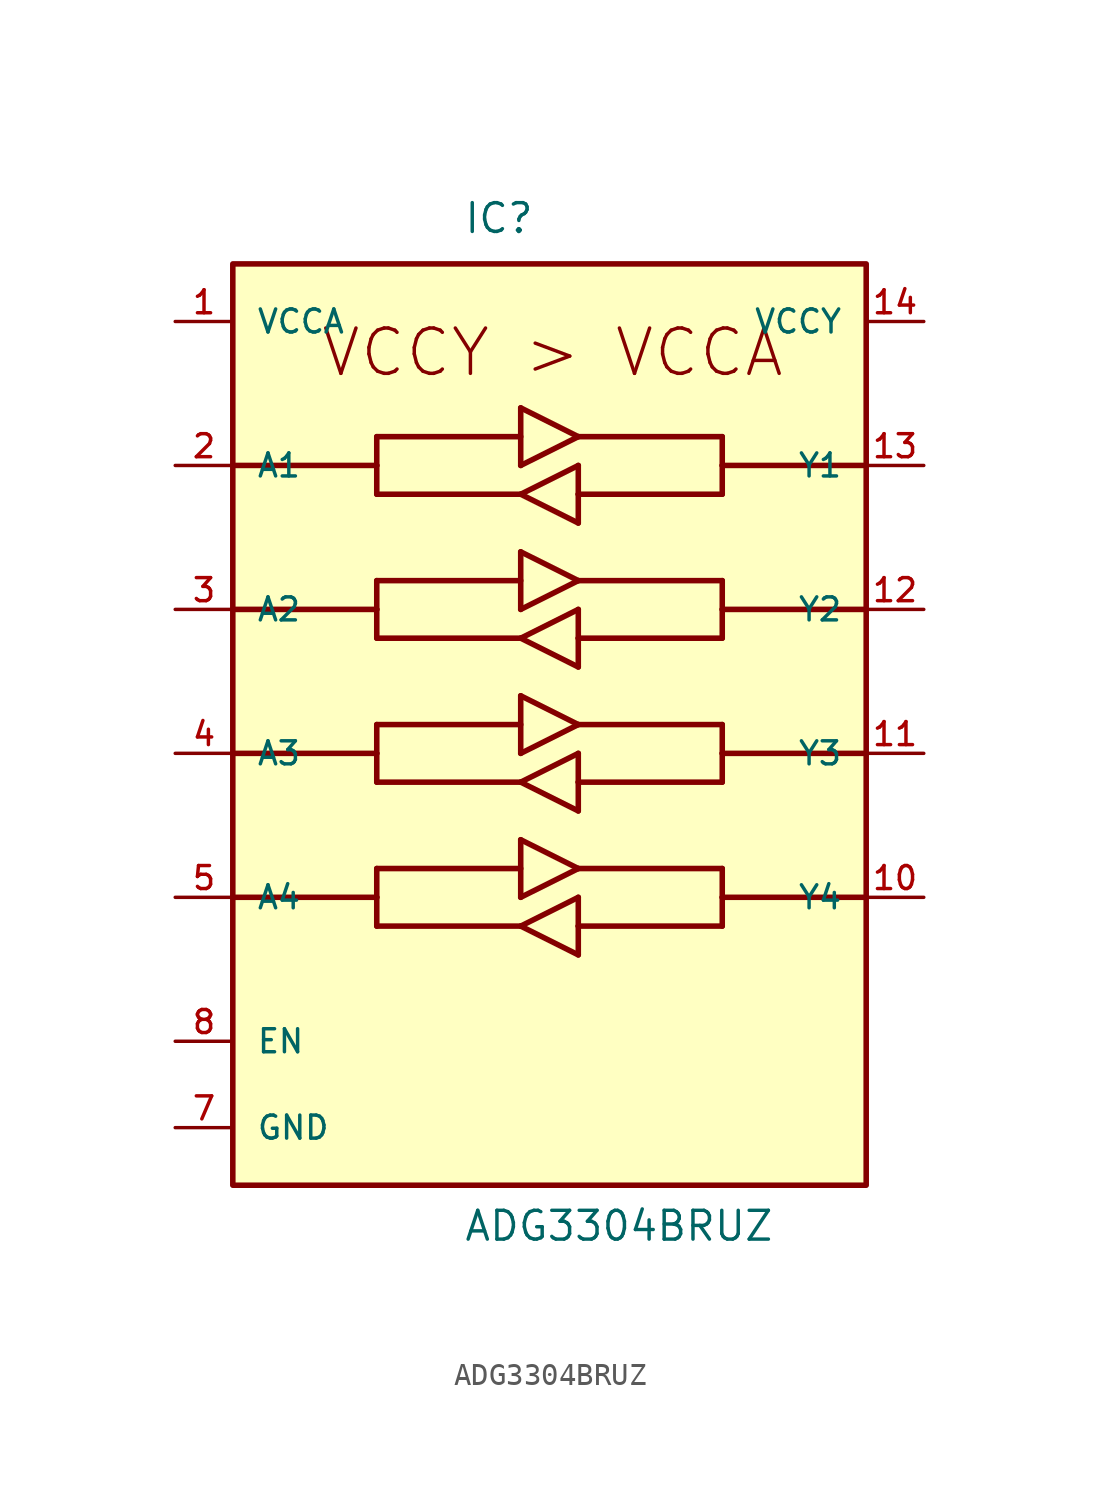
<source format=kicad_sym>
(kicad_symbol_lib
  (version 20211014)
  (generator kicad_symbol_editor)
  (symbol "ADG3304BRUZ"
    (pin_names
      (offset 1.016))
    (property "Reference" "IC"
      (at -3.81 31.75 0)
      (effects (font (size 1.27 1.27)) (justify bottom left)))
    (property "Value" "ADG3304BRUZ"
      (at -3.81 -12.7 0)
      (effects (font (size 1.27 1.27)) (justify bottom left)))
    (symbol "ADG3304BRUZ_0_0"
      (polyline (pts (xy -13.97 21.59) (xy -7.62 21.59)) (stroke (width 0.245)))
      (polyline (pts (xy -7.62 21.59) (xy -7.62 22.86)) (stroke (width 0.245)))
      (polyline (pts (xy -7.62 20.32) (xy -7.62 21.59)) (stroke (width 0.245)))
      (polyline (pts (xy -7.62 22.86) (xy -1.27 22.86)) (stroke (width 0.245)))
      (polyline (pts (xy -7.62 20.32) (xy -1.27 20.32)) (stroke (width 0.245)))
      (polyline (pts (xy -1.27 24.13) (xy -1.27 21.59)) (stroke (width 0.245)))
      (polyline (pts (xy -1.27 21.59) (xy 1.27 22.86)) (stroke (width 0.245)))
      (polyline (pts (xy 1.27 22.86) (xy -1.27 24.13)) (stroke (width 0.245)))
      (polyline (pts (xy -1.27 20.32) (xy 1.27 21.59)) (stroke (width 0.245)))
      (polyline (pts (xy 1.27 21.59) (xy 1.27 20.32)) (stroke (width 0.245)))
      (polyline (pts (xy 1.27 20.32) (xy 1.27 19.05)) (stroke (width 0.245)))
      (polyline (pts (xy 1.27 19.05) (xy -1.27 20.32)) (stroke (width 0.245)))
      (polyline (pts (xy 1.27 20.32) (xy 7.62 20.32)) (stroke (width 0.245)))
      (polyline (pts (xy 7.62 20.32) (xy 7.62 21.59)) (stroke (width 0.245)))
      (polyline (pts (xy 7.62 21.59) (xy 7.62 22.86)) (stroke (width 0.245)))
      (polyline (pts (xy 7.62 22.86) (xy 1.27 22.86)) (stroke (width 0.245)))
      (polyline (pts (xy 7.62 21.59) (xy 13.97 21.59)) (stroke (width 0.245)))
      (polyline (pts (xy -13.97 15.24) (xy -7.62 15.24)) (stroke (width 0.245)))
      (polyline (pts (xy -7.62 15.24) (xy -7.62 16.51)) (stroke (width 0.245)))
      (polyline (pts (xy -7.62 13.97) (xy -7.62 15.24)) (stroke (width 0.245)))
      (polyline (pts (xy -7.62 16.51) (xy -1.27 16.51)) (stroke (width 0.245)))
      (polyline (pts (xy -7.62 13.97) (xy -1.27 13.97)) (stroke (width 0.245)))
      (polyline (pts (xy -1.27 17.78) (xy -1.27 15.24)) (stroke (width 0.245)))
      (polyline (pts (xy -1.27 15.24) (xy 1.27 16.51)) (stroke (width 0.245)))
      (polyline (pts (xy 1.27 16.51) (xy -1.27 17.78)) (stroke (width 0.245)))
      (polyline (pts (xy -1.27 13.97) (xy 1.27 15.24)) (stroke (width 0.245)))
      (polyline (pts (xy 1.27 15.24) (xy 1.27 13.97)) (stroke (width 0.245)))
      (polyline (pts (xy 1.27 13.97) (xy 1.27 12.7)) (stroke (width 0.245)))
      (polyline (pts (xy 1.27 12.7) (xy -1.27 13.97)) (stroke (width 0.245)))
      (polyline (pts (xy 1.27 13.97) (xy 7.62 13.97)) (stroke (width 0.245)))
      (polyline (pts (xy 7.62 13.97) (xy 7.62 15.24)) (stroke (width 0.245)))
      (polyline (pts (xy 7.62 15.24) (xy 7.62 16.51)) (stroke (width 0.245)))
      (polyline (pts (xy 7.62 16.51) (xy 1.27 16.51)) (stroke (width 0.245)))
      (polyline (pts (xy 7.62 15.24) (xy 13.97 15.24)) (stroke (width 0.245)))
      (polyline (pts (xy -13.97 8.89) (xy -7.62 8.89)) (stroke (width 0.245)))
      (polyline (pts (xy -7.62 8.89) (xy -7.62 10.16)) (stroke (width 0.245)))
      (polyline (pts (xy -7.62 7.62) (xy -7.62 8.89)) (stroke (width 0.245)))
      (polyline (pts (xy -7.62 10.16) (xy -1.27 10.16)) (stroke (width 0.245)))
      (polyline (pts (xy -7.62 7.62) (xy -1.27 7.62)) (stroke (width 0.245)))
      (polyline (pts (xy -1.27 11.43) (xy -1.27 8.89)) (stroke (width 0.245)))
      (polyline (pts (xy -1.27 8.89) (xy 1.27 10.16)) (stroke (width 0.245)))
      (polyline (pts (xy 1.27 10.16) (xy -1.27 11.43)) (stroke (width 0.245)))
      (polyline (pts (xy -1.27 7.62) (xy 1.27 8.89)) (stroke (width 0.245)))
      (polyline (pts (xy 1.27 8.89) (xy 1.27 7.62)) (stroke (width 0.245)))
      (polyline (pts (xy 1.27 7.62) (xy 1.27 6.35)) (stroke (width 0.245)))
      (polyline (pts (xy 1.27 6.35) (xy -1.27 7.62)) (stroke (width 0.245)))
      (polyline (pts (xy 1.27 7.62) (xy 7.62 7.62)) (stroke (width 0.245)))
      (polyline (pts (xy 7.62 7.62) (xy 7.62 8.89)) (stroke (width 0.245)))
      (polyline (pts (xy 7.62 8.89) (xy 7.62 10.16)) (stroke (width 0.245)))
      (polyline (pts (xy 7.62 10.16) (xy 1.27 10.16)) (stroke (width 0.245)))
      (polyline (pts (xy 7.62 8.89) (xy 13.97 8.89)) (stroke (width 0.245)))
      (polyline (pts (xy -13.97 2.54) (xy -7.62 2.54)) (stroke (width 0.245)))
      (polyline (pts (xy -7.62 2.54) (xy -7.62 3.81)) (stroke (width 0.245)))
      (polyline (pts (xy -7.62 1.27) (xy -7.62 2.54)) (stroke (width 0.245)))
      (polyline (pts (xy -7.62 3.81) (xy -1.27 3.81)) (stroke (width 0.245)))
      (polyline (pts (xy -7.62 1.27) (xy -1.27 1.27)) (stroke (width 0.245)))
      (polyline (pts (xy -1.27 5.08) (xy -1.27 2.54)) (stroke (width 0.245)))
      (polyline (pts (xy -1.27 2.54) (xy 1.27 3.81)) (stroke (width 0.245)))
      (polyline (pts (xy 1.27 3.81) (xy -1.27 5.08)) (stroke (width 0.245)))
      (polyline (pts (xy -1.27 1.27) (xy 1.27 2.54)) (stroke (width 0.245)))
      (polyline (pts (xy 1.27 2.54) (xy 1.27 1.27)) (stroke (width 0.245)))
      (polyline (pts (xy 1.27 1.27) (xy 1.27 0.0)) (stroke (width 0.245)))
      (polyline (pts (xy 1.27 0.0) (xy -1.27 1.27)) (stroke (width 0.245)))
      (polyline (pts (xy 1.27 1.27) (xy 7.62 1.27)) (stroke (width 0.245)))
      (polyline (pts (xy 7.62 1.27) (xy 7.62 2.54)) (stroke (width 0.245)))
      (polyline (pts (xy 7.62 2.54) (xy 7.62 3.81)) (stroke (width 0.245)))
      (polyline (pts (xy 7.62 3.81) (xy 1.27 3.81)) (stroke (width 0.245)))
      (polyline (pts (xy 7.62 2.54) (xy 13.97 2.54)) (stroke (width 0.245)))
      (text "VCCY > VCCA" (at -10.16 25.4 0) (effects (font (size 2.0 2.0)) (justify bottom left)))
      (rectangle (start -13.97 -10.16) (end 13.97 30.48) (stroke (width 0.245)) (fill (type background)))
      (pin bidirectional line (at -16.51 -7.62 0) (length 2.54) (name "GND" (effects (font (size 1.016 1.016)))) (number "7" (effects (font (size 1.016 1.016)))))
      (pin bidirectional line (at -16.51 -3.81 0) (length 2.54) (name "EN" (effects (font (size 1.016 1.016)))) (number "8" (effects (font (size 1.016 1.016)))))
      (pin bidirectional line (at 16.51 21.59 180.0) (length 2.54) (name "Y1" (effects (font (size 1.016 1.016)))) (number "13" (effects (font (size 1.016 1.016)))))
      (pin bidirectional line (at -16.51 21.59 0) (length 2.54) (name "A1" (effects (font (size 1.016 1.016)))) (number "2" (effects (font (size 1.016 1.016)))))
      (pin bidirectional line (at -16.51 27.94 0) (length 2.54) (name "VCCA" (effects (font (size 1.016 1.016)))) (number "1" (effects (font (size 1.016 1.016)))))
      (pin bidirectional line (at 16.51 27.94 180.0) (length 2.54) (name "VCCY" (effects (font (size 1.016 1.016)))) (number "14" (effects (font (size 1.016 1.016)))))
      (pin bidirectional line (at 16.51 15.24 180.0) (length 2.54) (name "Y2" (effects (font (size 1.016 1.016)))) (number "12" (effects (font (size 1.016 1.016)))))
      (pin bidirectional line (at -16.51 15.24 0) (length 2.54) (name "A2" (effects (font (size 1.016 1.016)))) (number "3" (effects (font (size 1.016 1.016)))))
      (pin bidirectional line (at 16.51 8.89 180.0) (length 2.54) (name "Y3" (effects (font (size 1.016 1.016)))) (number "11" (effects (font (size 1.016 1.016)))))
      (pin bidirectional line (at -16.51 8.89 0) (length 2.54) (name "A3" (effects (font (size 1.016 1.016)))) (number "4" (effects (font (size 1.016 1.016)))))
      (pin bidirectional line (at 16.51 2.54 180.0) (length 2.54) (name "Y4" (effects (font (size 1.016 1.016)))) (number "10" (effects (font (size 1.016 1.016)))))
      (pin bidirectional line (at -16.51 2.54 0) (length 2.54) (name "A4" (effects (font (size 1.016 1.016)))) (number "5" (effects (font (size 1.016 1.016))))))))
</source>
